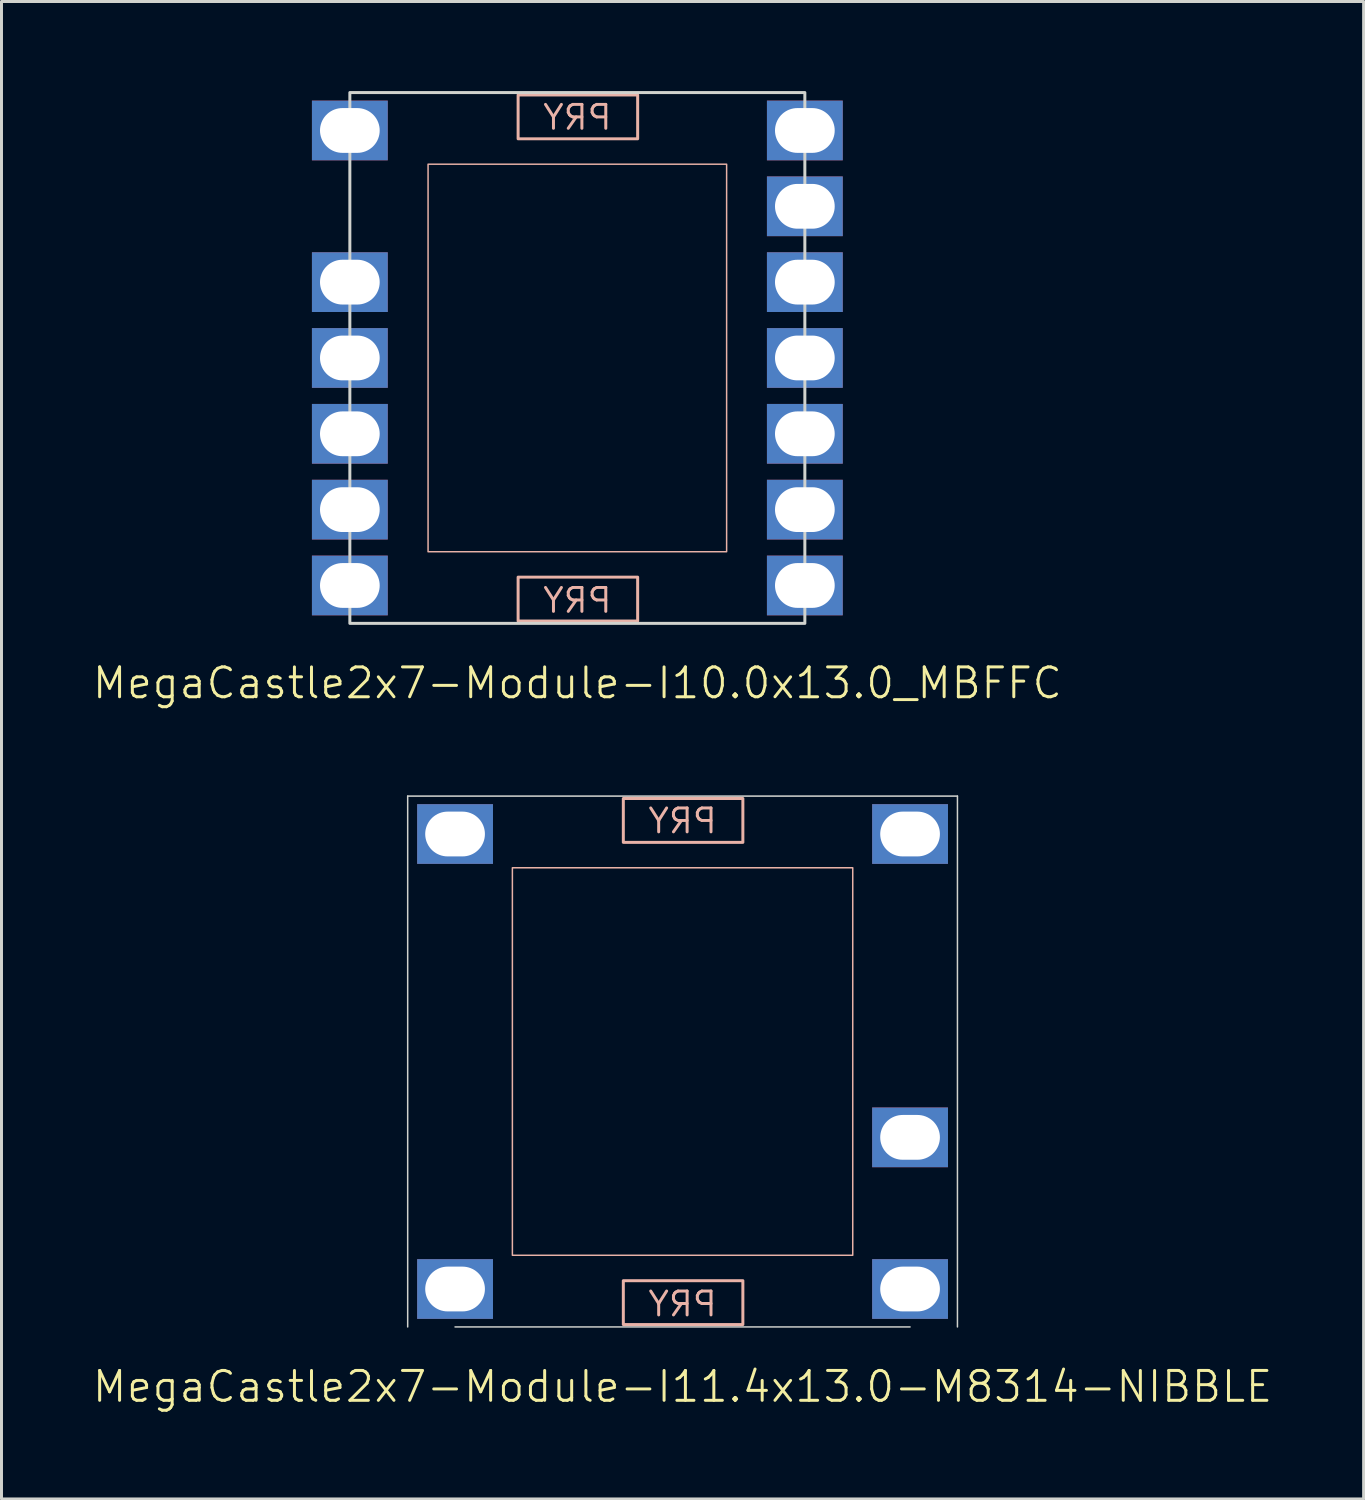
<source format=kicad_pcb>
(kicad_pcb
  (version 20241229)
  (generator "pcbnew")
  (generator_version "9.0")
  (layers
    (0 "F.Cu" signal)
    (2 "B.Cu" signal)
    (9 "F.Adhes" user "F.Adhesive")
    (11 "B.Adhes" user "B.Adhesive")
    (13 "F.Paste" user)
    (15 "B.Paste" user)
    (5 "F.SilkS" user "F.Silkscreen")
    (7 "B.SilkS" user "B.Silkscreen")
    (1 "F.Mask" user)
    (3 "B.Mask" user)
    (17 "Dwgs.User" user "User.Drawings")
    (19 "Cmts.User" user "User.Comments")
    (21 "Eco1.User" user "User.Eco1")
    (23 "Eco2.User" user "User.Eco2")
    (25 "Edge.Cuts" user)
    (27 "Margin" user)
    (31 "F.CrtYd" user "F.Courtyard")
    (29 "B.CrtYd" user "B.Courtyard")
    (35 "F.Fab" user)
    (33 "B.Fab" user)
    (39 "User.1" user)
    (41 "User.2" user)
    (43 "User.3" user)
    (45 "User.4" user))
  (footprint "MegaCastle2x7-Module-I10.0x13.0_MBFFC"
    (layer "F.Cu")
    (at 16.288 8.94)
    (property "Reference" "MegaCastle2x7-Module-I10.0x13.0_MBFFC" (at 0 10.89 0) (unlocked yes) (layer "F.SilkS") (effects (font (size 1 1) (thickness 0.1))))
    (attr smd)
    (fp_rect (start -5 6.49) (end 5 -6.49) (stroke (width 0.05) (type default)) (fill no) (layer "B.SilkS"))
    (fp_rect (start -1.984 -7.341) (end 2.02 -8.81) (stroke (width 0.1) (type default)) (fill no) (layer "B.SilkS"))
    (fp_rect (start -1.984 7.341) (end 2.02 8.81) (stroke (width 0.1) (type default)) (fill no) (layer "B.SilkS"))
    (fp_rect (start -7.62 8.89) (end 7.62 -8.89) (stroke (width 0.1) (type default)) (fill no) (layer "Edge.Cuts"))
    (fp_text user "PRY" (at 0 8.59 0) (unlocked yes) (layer "B.SilkS") (effects (font (size 0.8 0.8) (thickness 0.1)) (justify bottom mirror)))
    (fp_text user "PRY" (at 0 -7.59 0) (unlocked yes) (layer "B.SilkS") (effects (font (size 0.8 0.8) (thickness 0.1)) (justify bottom mirror)))
    (pad "1" thru_hole rect (at -7.62 -7.62) (size 2.54 2) (drill oval 2 1.5) (property pad_prop_castellated) (layers "*.Cu" "*.Mask"))
    (pad "3" thru_hole rect (at -7.62 -2.54) (size 2.54 2) (drill oval 2 1.5) (property pad_prop_castellated) (layers "*.Cu" "*.Mask"))
    (pad "4" thru_hole rect (at -7.62 0) (size 2.54 2) (drill oval 2 1.5) (property pad_prop_castellated) (layers "*.Cu" "*.Mask"))
    (pad "5" thru_hole rect (at -7.62 2.54) (size 2.54 2) (drill oval 2 1.5) (property pad_prop_castellated) (layers "*.Cu" "*.Mask"))
    (pad "6" thru_hole rect (at -7.62 5.08) (size 2.54 2) (drill oval 2 1.5) (property pad_prop_castellated) (layers "*.Cu" "*.Mask"))
    (pad "7" thru_hole rect (at -7.62 7.62) (size 2.54 2) (drill oval 2 1.5) (property pad_prop_castellated) (layers "*.Cu" "*.Mask"))
    (pad "8" thru_hole rect (at 7.62 -7.62) (size 2.54 2) (drill oval 2 1.5) (property pad_prop_castellated) (layers "*.Cu" "*.Mask"))
    (pad "9" thru_hole rect (at 7.62 -5.08) (size 2.54 2) (drill oval 2 1.5) (property pad_prop_castellated) (layers "*.Cu" "*.Mask"))
    (pad "10" thru_hole rect (at 7.62 -2.54) (size 2.54 2) (drill oval 2 1.5) (property pad_prop_castellated) (layers "*.Cu" "*.Mask"))
    (pad "11" thru_hole rect (at 7.62 0) (size 2.54 2) (drill oval 2 1.5) (property pad_prop_castellated) (layers "*.Cu" "*.Mask"))
    (pad "12" thru_hole rect (at 7.62 2.54) (size 2.54 2) (drill oval 2 1.5) (property pad_prop_castellated) (layers "*.Cu" "*.Mask"))
    (pad "13" thru_hole rect (at 7.62 5.08) (size 2.54 2) (drill oval 2 1.5) (property pad_prop_castellated) (layers "*.Cu" "*.Mask"))
    (pad "14" thru_hole rect (at 7.62 7.62) (size 2.54 2) (drill oval 2 1.5) (property pad_prop_castellated) (layers "*.Cu" "*.Mask"))
    (zone (net_name "") (layer "B.Cu") (hatch edge 0.5) (connect_pads) (min_thickness 0.25) (filled_areas_thickness no) (keepout (tracks allowed) (vias allowed) (pads allowed) (copperpour allowed) (footprints not_allowed)) (placement (enabled no)) (fill) (polygon (pts (xy 8.668 17.83) (xy 8.668 0.05) (xy 11.288 0.05) (xy 11.288 17.83))))
    (zone (net_name "") (layer "B.Cu") (hatch edge 0.5) (connect_pads) (min_thickness 0.25) (filled_areas_thickness no) (keepout (tracks allowed) (vias allowed) (pads allowed) (copperpour allowed) (footprints not_allowed)) (placement (enabled no)) (fill) (polygon (pts (xy 11.288 0.05) (xy 11.288 2.45) (xy 21.288 2.45) (xy 21.288 0.05))))
    (zone (net_name "") (layer "B.Cu") (hatch edge 0.5) (connect_pads) (min_thickness 0.25) (filled_areas_thickness no) (keepout (tracks allowed) (vias allowed) (pads allowed) (copperpour allowed) (footprints not_allowed)) (placement (enabled no)) (fill) (polygon (pts (xy 11.288 17.83) (xy 11.288 15.43) (xy 21.288 15.43) (xy 21.288 17.83))))
    (zone (net_name "") (layer "B.Cu") (name "Upper Pry Zone") (hatch edge 0.5) (connect_pads) (min_thickness 0.25) (filled_areas_thickness no) (keepout (tracks not_allowed) (vias not_allowed) (pads not_allowed) (copperpour allowed) (footprints not_allowed)) (placement (enabled no)) (fill) (polygon (pts (xy 14.304 1.599) (xy 14.304 0.13) (xy 18.308 0.13) (xy 18.308 1.599))))
    (zone (net_name "") (layer "B.Cu") (name "Upper Pry Zone") (hatch edge 0.5) (connect_pads) (min_thickness 0.25) (filled_areas_thickness no) (keepout (tracks not_allowed) (vias not_allowed) (pads not_allowed) (copperpour allowed) (footprints not_allowed)) (placement (enabled no)) (fill) (polygon (pts (xy 14.304 16.281) (xy 14.304 17.75) (xy 18.308 17.75) (xy 18.308 16.281))))
    (zone (net_name "") (layer "B.Cu") (hatch edge 0.5) (connect_pads) (min_thickness 0.25) (filled_areas_thickness no) (keepout (tracks allowed) (vias allowed) (pads allowed) (copperpour allowed) (footprints not_allowed)) (placement (enabled no)) (fill) (polygon (pts (xy 23.908 17.83) (xy 23.908 0.05) (xy 21.288 0.05) (xy 21.288 17.83)))))
  (footprint "MegaCastle2x7-Module-I11.4x13.0-M8314-NIBBLE"
    (layer "F.Cu")
    (at 19.812 32.505)
    (property "Reference" "MegaCastle2x7-Module-I11.4x13.0-M8314-NIBBLE" (at 0 10.89 0) (unlocked yes) (layer "F.SilkS") (effects (font (size 1 1) (thickness 0.1))))
    (attr smd)
    (fp_rect (start -5.7 6.49) (end 5.7 -6.49) (stroke (width 0.05) (type default)) (fill no) (layer "B.SilkS"))
    (fp_rect (start -1.984 -7.341) (end 2.02 -8.81) (stroke (width 0.1) (type default)) (fill no) (layer "B.SilkS"))
    (fp_rect (start -1.984 7.341) (end 2.02 8.81) (stroke (width 0.1) (type default)) (fill no) (layer "B.SilkS"))
    (fp_line (start -9.207 -8.89) (end -9.207 8.89) (stroke (width 0.05) (type default)) (layer "Edge.Cuts"))
    (fp_line (start -9.207 -8.89) (end 9.207 -8.89) (stroke (width 0.05) (type default)) (layer "Edge.Cuts"))
    (fp_line (start -7.62 8.89) (end 7.62 8.89) (stroke (width 0.05) (type default)) (layer "Edge.Cuts"))
    (fp_line (start 9.207 -8.89) (end 9.207 8.89) (stroke (width 0.05) (type default)) (layer "Edge.Cuts"))
    (fp_text user "PRY" (at 0 8.59 0) (unlocked yes) (layer "B.SilkS") (effects (font (size 0.8 0.8) (thickness 0.1)) (justify bottom mirror)))
    (fp_text user "PRY" (at 0 -7.59 0) (unlocked yes) (layer "B.SilkS") (effects (font (size 0.8 0.8) (thickness 0.1)) (justify bottom mirror)))
    (pad "1" thru_hole rect (at -7.62 -7.62) (size 2.54 2) (drill oval 2 1.5) (property pad_prop_castellated) (layers "*.Cu" "*.Mask"))
    (pad "7" thru_hole rect (at -7.62 7.62) (size 2.54 2) (drill oval 2 1.5) (property pad_prop_castellated) (layers "*.Cu" "*.Mask"))
    (pad "8" thru_hole rect (at 7.62 -7.62) (size 2.54 2) (drill oval 2 1.5) (property pad_prop_castellated) (layers "*.Cu" "*.Mask"))
    (pad "12" thru_hole rect (at 7.62 2.54) (size 2.54 2) (drill oval 2 1.5) (property pad_prop_castellated) (layers "*.Cu" "*.Mask"))
    (pad "14" thru_hole rect (at 7.62 7.62) (size 2.54 2) (drill oval 2 1.5) (property pad_prop_castellated) (layers "*.Cu" "*.Mask"))
    (zone (net_name "") (layer "B.Cu") (hatch edge 0.5) (connect_pads) (min_thickness 0.25) (filled_areas_thickness no) (keepout (tracks allowed) (vias allowed) (pads allowed) (copperpour allowed) (footprints not_allowed)) (placement (enabled no)) (fill) (polygon (pts (xy 12.192 41.395) (xy 12.192 23.616) (xy 14.112 23.616) (xy 14.112 41.395))))
    (zone (net_name "") (layer "B.Cu") (hatch edge 0.5) (connect_pads) (min_thickness 0.25) (filled_areas_thickness no) (keepout (tracks allowed) (vias allowed) (pads allowed) (copperpour allowed) (footprints not_allowed)) (placement (enabled no)) (fill) (polygon (pts (xy 14.112 23.616) (xy 14.112 26.015) (xy 25.512 26.015) (xy 25.512 23.616))))
    (zone (net_name "") (layer "B.Cu") (hatch edge 0.5) (connect_pads) (min_thickness 0.25) (filled_areas_thickness no) (keepout (tracks allowed) (vias allowed) (pads allowed) (copperpour allowed) (footprints not_allowed)) (placement (enabled no)) (fill) (polygon (pts (xy 14.112 41.395) (xy 14.112 38.995) (xy 25.512 38.995) (xy 25.512 41.395))))
    (zone (net_name "") (layer "B.Cu") (name "Upper Pry Zone") (hatch edge 0.5) (connect_pads) (min_thickness 0.25) (filled_areas_thickness no) (keepout (tracks not_allowed) (vias not_allowed) (pads not_allowed) (copperpour allowed) (footprints not_allowed)) (placement (enabled no)) (fill) (polygon (pts (xy 17.828 25.164) (xy 17.828 23.695) (xy 21.831 23.695) (xy 21.831 25.164))))
    (zone (net_name "") (layer "B.Cu") (name "Upper Pry Zone") (hatch edge 0.5) (connect_pads) (min_thickness 0.25) (filled_areas_thickness no) (keepout (tracks not_allowed) (vias not_allowed) (pads not_allowed) (copperpour allowed) (footprints not_allowed)) (placement (enabled no)) (fill) (polygon (pts (xy 17.828 39.847) (xy 17.828 41.316) (xy 21.831 41.316) (xy 21.831 39.847))))
    (zone (net_name "") (layer "B.Cu") (hatch edge 0.5) (connect_pads) (min_thickness 0.25) (filled_areas_thickness no) (keepout (tracks allowed) (vias allowed) (pads allowed) (copperpour allowed) (footprints not_allowed)) (placement (enabled no)) (fill) (polygon (pts (xy 27.432 41.395) (xy 27.432 23.616) (xy 25.512 23.616) (xy 25.512 41.395)))))
  (gr_rect
    (start -3 -3)
    (end 42.624 47.156)
    (stroke (width 0.1) (type default))
    (fill no)
    (layer "Edge.Cuts")))
</source>
